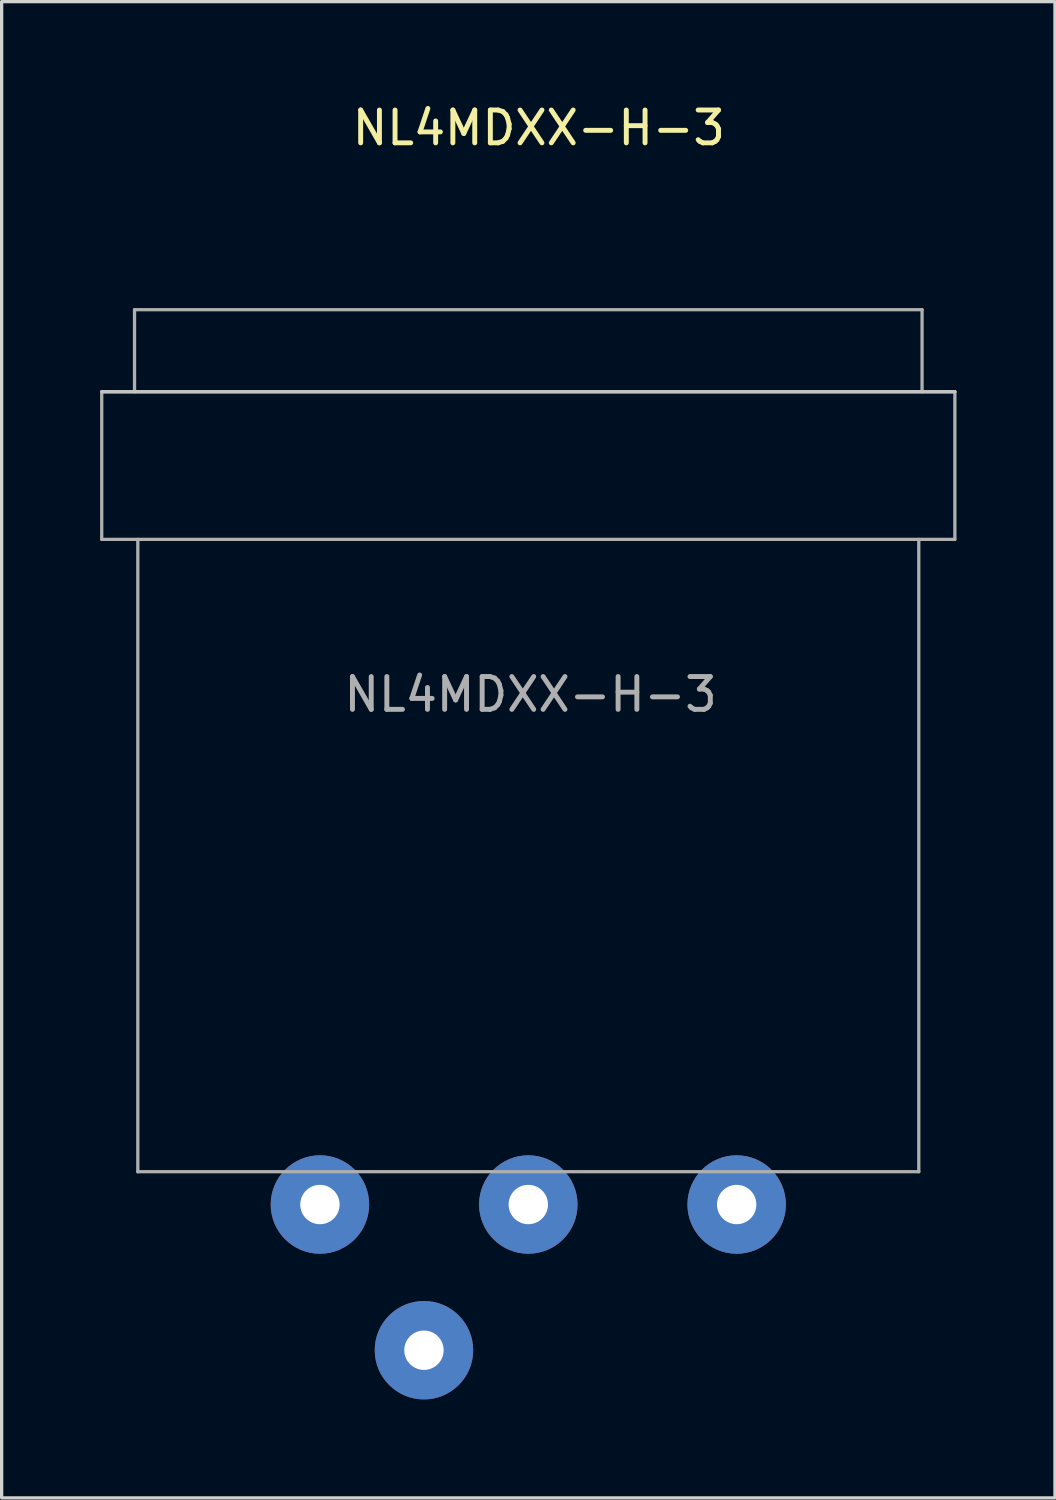
<source format=kicad_pcb>
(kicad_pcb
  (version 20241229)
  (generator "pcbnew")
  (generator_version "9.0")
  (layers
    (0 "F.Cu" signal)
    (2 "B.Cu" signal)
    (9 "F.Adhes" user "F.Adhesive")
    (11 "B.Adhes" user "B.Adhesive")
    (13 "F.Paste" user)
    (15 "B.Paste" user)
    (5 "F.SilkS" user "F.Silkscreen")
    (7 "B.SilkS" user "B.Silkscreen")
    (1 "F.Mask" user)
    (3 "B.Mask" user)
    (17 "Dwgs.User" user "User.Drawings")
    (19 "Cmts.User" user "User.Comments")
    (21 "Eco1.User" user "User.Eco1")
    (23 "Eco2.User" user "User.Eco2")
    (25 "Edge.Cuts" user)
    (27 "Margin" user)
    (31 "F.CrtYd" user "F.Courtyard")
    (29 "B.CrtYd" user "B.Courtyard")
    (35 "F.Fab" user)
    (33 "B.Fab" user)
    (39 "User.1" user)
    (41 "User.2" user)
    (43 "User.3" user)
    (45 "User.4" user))
  (footprint "NL4MDXX-H-3"
    (layer "F.Cu")
    (at 13.05 8.888)
    (property "Reference" "NL4MDXX-H-3" (at 0.32 -8.04 0) (layer "F.SilkS") (effects (font (size 1 1) (thickness 0.15))))
    (attr through_hole allow_missing_courtyard)
    (fp_line (start 13 0) (end -13 0) (stroke (width 0.1) (type solid)) (layer "Dwgs.User"))
    (fp_line (start -13 4.5) (end -13 0) (stroke (width 0.1) (type solid)) (layer "F.Fab"))
    (fp_line (start -12 -2.5) (end -12 0) (stroke (width 0.1) (type solid)) (layer "F.Fab"))
    (fp_line (start -11.9 23.77) (end -11.9 4.5) (stroke (width 0.1) (type solid)) (layer "F.Fab"))
    (fp_line (start 11.9 23.77) (end -11.9 23.77) (stroke (width 0.1) (type solid)) (layer "F.Fab"))
    (fp_line (start 11.9 23.77) (end 11.9 4.5) (stroke (width 0.1) (type solid)) (layer "F.Fab"))
    (fp_line (start 12 -2.5) (end -12 -2.5) (stroke (width 0.1) (type solid)) (layer "F.Fab"))
    (fp_line (start 12 -2.5) (end 12 0) (stroke (width 0.1) (type solid)) (layer "F.Fab"))
    (fp_line (start 13 0) (end -13 0) (stroke (width 0.1) (type solid)) (layer "F.Fab"))
    (fp_line (start 13 4.5) (end -13 4.5) (stroke (width 0.1) (type solid)) (layer "F.Fab"))
    (fp_line (start 13 4.5) (end 13 0) (stroke (width 0.1) (type solid)) (layer "F.Fab"))
    (fp_text user "${REFERENCE}" (at 0.07 9.225 0) (layer "F.Fab") (effects (font (size 1 1) (thickness 0.15))))
    (pad "1+" thru_hole circle (at -3.18 29.21 90) (size 3 3) (drill 1.2) (layers "*.Cu" "*.Mask") (remove_unused_layers yes) (keep_end_layers yes) (zone_layer_connections))
    (pad "1-" thru_hole circle (at 6.35 24.77 90) (size 3 3) (drill 1.2) (layers "*.Cu" "*.Mask") (remove_unused_layers yes) (keep_end_layers yes) (zone_layer_connections))
    (pad "2+" thru_hole circle (at 0 24.77 90) (size 3 3) (drill 1.2) (layers "*.Cu" "*.Mask") (remove_unused_layers yes) (keep_end_layers yes) (zone_layer_connections))
    (pad "2-" thru_hole circle (at -6.35 24.77 90) (size 3 3) (drill 1.2) (layers "*.Cu" "*.Mask") (remove_unused_layers yes) (keep_end_layers yes) (zone_layer_connections)))
  (gr_rect
    (start -3 -3)
    (end 29.1 42.598)
    (stroke (width 0.1) (type default))
    (fill no)
    (layer "Edge.Cuts")))
</source>
